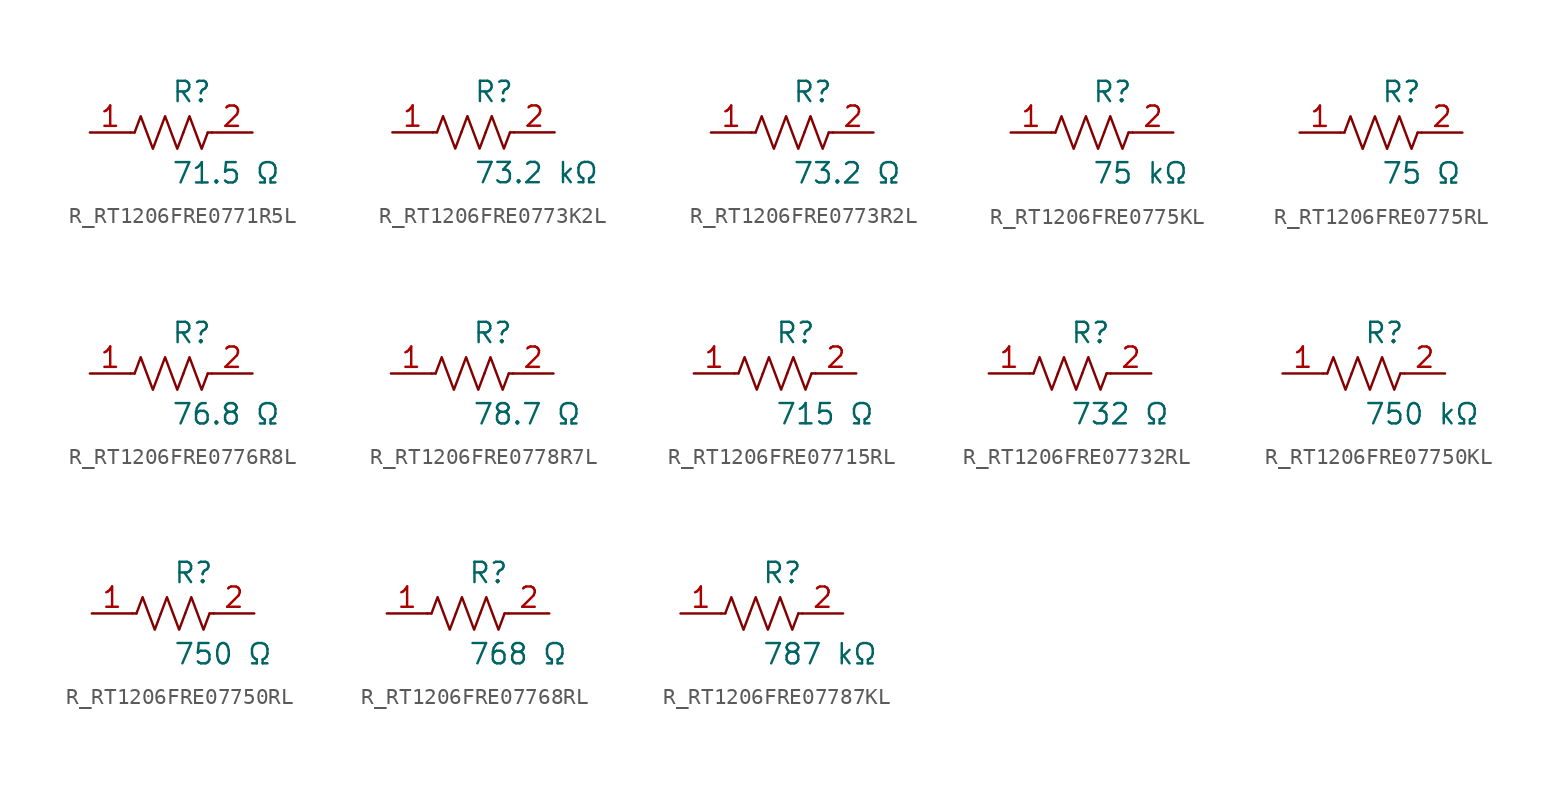
<source format=kicad_sym>
(kicad_symbol_lib
  (version 20231120)
  (generator kicad_symbol_editor)
  (generator_version 8.0)
  (symbol "R_RT1206FRE0771R5L"
    (pin_names
      (offset 0.254))
    (property "Reference" "R"
      (at 0 2.54 0)
      (effects (font (size 1.27 1.27)) (justify left)))
    (property "Value" "71.5 Ω"
      (at 0 -2.54 0)
      (effects (font (size 1.27 1.27)) (justify left)))
    (symbol "R_RT1206FRE0771R5L_0_1"
      (polyline (pts (xy 2.286 0) (xy 2.54 0)) (stroke (width 0) (type default)) (fill (type none)))
      (polyline (pts (xy -2.286 0) (xy -2.54 0)) (stroke (width 0) (type default)) (fill (type none)))
      (polyline (pts (xy 0.762 0) (xy 1.143 1.016) (xy 1.524 0) (xy 1.905 -1.016) (xy 2.286 0)) (stroke (width 0) (type default)) (fill (type none)))
      (polyline (pts (xy -0.762 0) (xy -0.381 1.016) (xy 0 0) (xy 0.381 -1.016) (xy 0.762 0)) (stroke (width 0) (type default)) (fill (type none)))
      (polyline (pts (xy -2.286 0) (xy -1.905 1.016) (xy -1.524 0) (xy -1.143 -1.016) (xy -0.762 0)) (stroke (width 0) (type default)) (fill (type none))))
    (pin unspecified line
      (at -5.08 0 0)
      (length 2.54)
      (name "" (effects (font (size 1.27 1.27))))
      (number "1" (effects (font (size 1.27 1.27)))))
    (pin unspecified line
      (at 5.08 0 180)
      (length 2.54)
      (name "" (effects (font (size 1.27 1.27))))
      (number "2" (effects (font (size 1.27 1.27))))))
  (symbol "R_RT1206FRE0773K2L"
    (pin_names
      (offset 0.254))
    (property "Reference" "R"
      (at 0 2.54 0)
      (effects (font (size 1.27 1.27)) (justify left)))
    (property "Value" "73.2 kΩ"
      (at 0 -2.54 0)
      (effects (font (size 1.27 1.27)) (justify left)))
    (symbol "R_RT1206FRE0773K2L_0_1"
      (polyline (pts (xy 2.286 0) (xy 2.54 0)) (stroke (width 0) (type default)) (fill (type none)))
      (polyline (pts (xy -2.286 0) (xy -2.54 0)) (stroke (width 0) (type default)) (fill (type none)))
      (polyline (pts (xy 0.762 0) (xy 1.143 1.016) (xy 1.524 0) (xy 1.905 -1.016) (xy 2.286 0)) (stroke (width 0) (type default)) (fill (type none)))
      (polyline (pts (xy -0.762 0) (xy -0.381 1.016) (xy 0 0) (xy 0.381 -1.016) (xy 0.762 0)) (stroke (width 0) (type default)) (fill (type none)))
      (polyline (pts (xy -2.286 0) (xy -1.905 1.016) (xy -1.524 0) (xy -1.143 -1.016) (xy -0.762 0)) (stroke (width 0) (type default)) (fill (type none))))
    (pin unspecified line
      (at -5.08 0 0)
      (length 2.54)
      (name "" (effects (font (size 1.27 1.27))))
      (number "1" (effects (font (size 1.27 1.27)))))
    (pin unspecified line
      (at 5.08 0 180)
      (length 2.54)
      (name "" (effects (font (size 1.27 1.27))))
      (number "2" (effects (font (size 1.27 1.27))))))
  (symbol "R_RT1206FRE0773R2L"
    (pin_names
      (offset 0.254))
    (property "Reference" "R"
      (at 0 2.54 0)
      (effects (font (size 1.27 1.27)) (justify left)))
    (property "Value" "73.2 Ω"
      (at 0 -2.54 0)
      (effects (font (size 1.27 1.27)) (justify left)))
    (symbol "R_RT1206FRE0773R2L_0_1"
      (polyline (pts (xy 2.286 0) (xy 2.54 0)) (stroke (width 0) (type default)) (fill (type none)))
      (polyline (pts (xy -2.286 0) (xy -2.54 0)) (stroke (width 0) (type default)) (fill (type none)))
      (polyline (pts (xy 0.762 0) (xy 1.143 1.016) (xy 1.524 0) (xy 1.905 -1.016) (xy 2.286 0)) (stroke (width 0) (type default)) (fill (type none)))
      (polyline (pts (xy -0.762 0) (xy -0.381 1.016) (xy 0 0) (xy 0.381 -1.016) (xy 0.762 0)) (stroke (width 0) (type default)) (fill (type none)))
      (polyline (pts (xy -2.286 0) (xy -1.905 1.016) (xy -1.524 0) (xy -1.143 -1.016) (xy -0.762 0)) (stroke (width 0) (type default)) (fill (type none))))
    (pin unspecified line
      (at -5.08 0 0)
      (length 2.54)
      (name "" (effects (font (size 1.27 1.27))))
      (number "1" (effects (font (size 1.27 1.27)))))
    (pin unspecified line
      (at 5.08 0 180)
      (length 2.54)
      (name "" (effects (font (size 1.27 1.27))))
      (number "2" (effects (font (size 1.27 1.27))))))
  (symbol "R_RT1206FRE0775KL"
    (pin_names
      (offset 0.254))
    (property "Reference" "R"
      (at 0 2.54 0)
      (effects (font (size 1.27 1.27)) (justify left)))
    (property "Value" "75 kΩ"
      (at 0 -2.54 0)
      (effects (font (size 1.27 1.27)) (justify left)))
    (symbol "R_RT1206FRE0775KL_0_1"
      (polyline (pts (xy 2.286 0) (xy 2.54 0)) (stroke (width 0) (type default)) (fill (type none)))
      (polyline (pts (xy -2.286 0) (xy -2.54 0)) (stroke (width 0) (type default)) (fill (type none)))
      (polyline (pts (xy 0.762 0) (xy 1.143 1.016) (xy 1.524 0) (xy 1.905 -1.016) (xy 2.286 0)) (stroke (width 0) (type default)) (fill (type none)))
      (polyline (pts (xy -0.762 0) (xy -0.381 1.016) (xy 0 0) (xy 0.381 -1.016) (xy 0.762 0)) (stroke (width 0) (type default)) (fill (type none)))
      (polyline (pts (xy -2.286 0) (xy -1.905 1.016) (xy -1.524 0) (xy -1.143 -1.016) (xy -0.762 0)) (stroke (width 0) (type default)) (fill (type none))))
    (pin unspecified line
      (at -5.08 0 0)
      (length 2.54)
      (name "" (effects (font (size 1.27 1.27))))
      (number "1" (effects (font (size 1.27 1.27)))))
    (pin unspecified line
      (at 5.08 0 180)
      (length 2.54)
      (name "" (effects (font (size 1.27 1.27))))
      (number "2" (effects (font (size 1.27 1.27))))))
  (symbol "R_RT1206FRE0775RL"
    (pin_names
      (offset 0.254))
    (property "Reference" "R"
      (at 0 2.54 0)
      (effects (font (size 1.27 1.27)) (justify left)))
    (property "Value" "75 Ω"
      (at 0 -2.54 0)
      (effects (font (size 1.27 1.27)) (justify left)))
    (symbol "R_RT1206FRE0775RL_0_1"
      (polyline (pts (xy 2.286 0) (xy 2.54 0)) (stroke (width 0) (type default)) (fill (type none)))
      (polyline (pts (xy -2.286 0) (xy -2.54 0)) (stroke (width 0) (type default)) (fill (type none)))
      (polyline (pts (xy 0.762 0) (xy 1.143 1.016) (xy 1.524 0) (xy 1.905 -1.016) (xy 2.286 0)) (stroke (width 0) (type default)) (fill (type none)))
      (polyline (pts (xy -0.762 0) (xy -0.381 1.016) (xy 0 0) (xy 0.381 -1.016) (xy 0.762 0)) (stroke (width 0) (type default)) (fill (type none)))
      (polyline (pts (xy -2.286 0) (xy -1.905 1.016) (xy -1.524 0) (xy -1.143 -1.016) (xy -0.762 0)) (stroke (width 0) (type default)) (fill (type none))))
    (pin unspecified line
      (at -5.08 0 0)
      (length 2.54)
      (name "" (effects (font (size 1.27 1.27))))
      (number "1" (effects (font (size 1.27 1.27)))))
    (pin unspecified line
      (at 5.08 0 180)
      (length 2.54)
      (name "" (effects (font (size 1.27 1.27))))
      (number "2" (effects (font (size 1.27 1.27))))))
  (symbol "R_RT1206FRE0776R8L"
    (pin_names
      (offset 0.254))
    (property "Reference" "R"
      (at 0 2.54 0)
      (effects (font (size 1.27 1.27)) (justify left)))
    (property "Value" "76.8 Ω"
      (at 0 -2.54 0)
      (effects (font (size 1.27 1.27)) (justify left)))
    (symbol "R_RT1206FRE0776R8L_0_1"
      (polyline (pts (xy 2.286 0) (xy 2.54 0)) (stroke (width 0) (type default)) (fill (type none)))
      (polyline (pts (xy -2.286 0) (xy -2.54 0)) (stroke (width 0) (type default)) (fill (type none)))
      (polyline (pts (xy 0.762 0) (xy 1.143 1.016) (xy 1.524 0) (xy 1.905 -1.016) (xy 2.286 0)) (stroke (width 0) (type default)) (fill (type none)))
      (polyline (pts (xy -0.762 0) (xy -0.381 1.016) (xy 0 0) (xy 0.381 -1.016) (xy 0.762 0)) (stroke (width 0) (type default)) (fill (type none)))
      (polyline (pts (xy -2.286 0) (xy -1.905 1.016) (xy -1.524 0) (xy -1.143 -1.016) (xy -0.762 0)) (stroke (width 0) (type default)) (fill (type none))))
    (pin unspecified line
      (at -5.08 0 0)
      (length 2.54)
      (name "" (effects (font (size 1.27 1.27))))
      (number "1" (effects (font (size 1.27 1.27)))))
    (pin unspecified line
      (at 5.08 0 180)
      (length 2.54)
      (name "" (effects (font (size 1.27 1.27))))
      (number "2" (effects (font (size 1.27 1.27))))))
  (symbol "R_RT1206FRE0778R7L"
    (pin_names
      (offset 0.254))
    (property "Reference" "R"
      (at 0 2.54 0)
      (effects (font (size 1.27 1.27)) (justify left)))
    (property "Value" "78.7 Ω"
      (at 0 -2.54 0)
      (effects (font (size 1.27 1.27)) (justify left)))
    (symbol "R_RT1206FRE0778R7L_0_1"
      (polyline (pts (xy 2.286 0) (xy 2.54 0)) (stroke (width 0) (type default)) (fill (type none)))
      (polyline (pts (xy -2.286 0) (xy -2.54 0)) (stroke (width 0) (type default)) (fill (type none)))
      (polyline (pts (xy 0.762 0) (xy 1.143 1.016) (xy 1.524 0) (xy 1.905 -1.016) (xy 2.286 0)) (stroke (width 0) (type default)) (fill (type none)))
      (polyline (pts (xy -0.762 0) (xy -0.381 1.016) (xy 0 0) (xy 0.381 -1.016) (xy 0.762 0)) (stroke (width 0) (type default)) (fill (type none)))
      (polyline (pts (xy -2.286 0) (xy -1.905 1.016) (xy -1.524 0) (xy -1.143 -1.016) (xy -0.762 0)) (stroke (width 0) (type default)) (fill (type none))))
    (pin unspecified line
      (at -5.08 0 0)
      (length 2.54)
      (name "" (effects (font (size 1.27 1.27))))
      (number "1" (effects (font (size 1.27 1.27)))))
    (pin unspecified line
      (at 5.08 0 180)
      (length 2.54)
      (name "" (effects (font (size 1.27 1.27))))
      (number "2" (effects (font (size 1.27 1.27))))))
  (symbol "R_RT1206FRE07715RL"
    (pin_names
      (offset 0.254))
    (property "Reference" "R"
      (at 0 2.54 0)
      (effects (font (size 1.27 1.27)) (justify left)))
    (property "Value" "715 Ω"
      (at 0 -2.54 0)
      (effects (font (size 1.27 1.27)) (justify left)))
    (symbol "R_RT1206FRE07715RL_0_1"
      (polyline (pts (xy 2.286 0) (xy 2.54 0)) (stroke (width 0) (type default)) (fill (type none)))
      (polyline (pts (xy -2.286 0) (xy -2.54 0)) (stroke (width 0) (type default)) (fill (type none)))
      (polyline (pts (xy 0.762 0) (xy 1.143 1.016) (xy 1.524 0) (xy 1.905 -1.016) (xy 2.286 0)) (stroke (width 0) (type default)) (fill (type none)))
      (polyline (pts (xy -0.762 0) (xy -0.381 1.016) (xy 0 0) (xy 0.381 -1.016) (xy 0.762 0)) (stroke (width 0) (type default)) (fill (type none)))
      (polyline (pts (xy -2.286 0) (xy -1.905 1.016) (xy -1.524 0) (xy -1.143 -1.016) (xy -0.762 0)) (stroke (width 0) (type default)) (fill (type none))))
    (pin unspecified line
      (at -5.08 0 0)
      (length 2.54)
      (name "" (effects (font (size 1.27 1.27))))
      (number "1" (effects (font (size 1.27 1.27)))))
    (pin unspecified line
      (at 5.08 0 180)
      (length 2.54)
      (name "" (effects (font (size 1.27 1.27))))
      (number "2" (effects (font (size 1.27 1.27))))))
  (symbol "R_RT1206FRE07732RL"
    (pin_names
      (offset 0.254))
    (property "Reference" "R"
      (at 0 2.54 0)
      (effects (font (size 1.27 1.27)) (justify left)))
    (property "Value" "732 Ω"
      (at 0 -2.54 0)
      (effects (font (size 1.27 1.27)) (justify left)))
    (symbol "R_RT1206FRE07732RL_0_1"
      (polyline (pts (xy 2.286 0) (xy 2.54 0)) (stroke (width 0) (type default)) (fill (type none)))
      (polyline (pts (xy -2.286 0) (xy -2.54 0)) (stroke (width 0) (type default)) (fill (type none)))
      (polyline (pts (xy 0.762 0) (xy 1.143 1.016) (xy 1.524 0) (xy 1.905 -1.016) (xy 2.286 0)) (stroke (width 0) (type default)) (fill (type none)))
      (polyline (pts (xy -0.762 0) (xy -0.381 1.016) (xy 0 0) (xy 0.381 -1.016) (xy 0.762 0)) (stroke (width 0) (type default)) (fill (type none)))
      (polyline (pts (xy -2.286 0) (xy -1.905 1.016) (xy -1.524 0) (xy -1.143 -1.016) (xy -0.762 0)) (stroke (width 0) (type default)) (fill (type none))))
    (pin unspecified line
      (at -5.08 0 0)
      (length 2.54)
      (name "" (effects (font (size 1.27 1.27))))
      (number "1" (effects (font (size 1.27 1.27)))))
    (pin unspecified line
      (at 5.08 0 180)
      (length 2.54)
      (name "" (effects (font (size 1.27 1.27))))
      (number "2" (effects (font (size 1.27 1.27))))))
  (symbol "R_RT1206FRE07750KL"
    (pin_names
      (offset 0.254))
    (property "Reference" "R"
      (at 0 2.54 0)
      (effects (font (size 1.27 1.27)) (justify left)))
    (property "Value" "750 kΩ"
      (at 0 -2.54 0)
      (effects (font (size 1.27 1.27)) (justify left)))
    (symbol "R_RT1206FRE07750KL_0_1"
      (polyline (pts (xy 2.286 0) (xy 2.54 0)) (stroke (width 0) (type default)) (fill (type none)))
      (polyline (pts (xy -2.286 0) (xy -2.54 0)) (stroke (width 0) (type default)) (fill (type none)))
      (polyline (pts (xy 0.762 0) (xy 1.143 1.016) (xy 1.524 0) (xy 1.905 -1.016) (xy 2.286 0)) (stroke (width 0) (type default)) (fill (type none)))
      (polyline (pts (xy -0.762 0) (xy -0.381 1.016) (xy 0 0) (xy 0.381 -1.016) (xy 0.762 0)) (stroke (width 0) (type default)) (fill (type none)))
      (polyline (pts (xy -2.286 0) (xy -1.905 1.016) (xy -1.524 0) (xy -1.143 -1.016) (xy -0.762 0)) (stroke (width 0) (type default)) (fill (type none))))
    (pin unspecified line
      (at -5.08 0 0)
      (length 2.54)
      (name "" (effects (font (size 1.27 1.27))))
      (number "1" (effects (font (size 1.27 1.27)))))
    (pin unspecified line
      (at 5.08 0 180)
      (length 2.54)
      (name "" (effects (font (size 1.27 1.27))))
      (number "2" (effects (font (size 1.27 1.27))))))
  (symbol "R_RT1206FRE07750RL"
    (pin_names
      (offset 0.254))
    (property "Reference" "R"
      (at 0 2.54 0)
      (effects (font (size 1.27 1.27)) (justify left)))
    (property "Value" "750 Ω"
      (at 0 -2.54 0)
      (effects (font (size 1.27 1.27)) (justify left)))
    (symbol "R_RT1206FRE07750RL_0_1"
      (polyline (pts (xy 2.286 0) (xy 2.54 0)) (stroke (width 0) (type default)) (fill (type none)))
      (polyline (pts (xy -2.286 0) (xy -2.54 0)) (stroke (width 0) (type default)) (fill (type none)))
      (polyline (pts (xy 0.762 0) (xy 1.143 1.016) (xy 1.524 0) (xy 1.905 -1.016) (xy 2.286 0)) (stroke (width 0) (type default)) (fill (type none)))
      (polyline (pts (xy -0.762 0) (xy -0.381 1.016) (xy 0 0) (xy 0.381 -1.016) (xy 0.762 0)) (stroke (width 0) (type default)) (fill (type none)))
      (polyline (pts (xy -2.286 0) (xy -1.905 1.016) (xy -1.524 0) (xy -1.143 -1.016) (xy -0.762 0)) (stroke (width 0) (type default)) (fill (type none))))
    (pin unspecified line
      (at -5.08 0 0)
      (length 2.54)
      (name "" (effects (font (size 1.27 1.27))))
      (number "1" (effects (font (size 1.27 1.27)))))
    (pin unspecified line
      (at 5.08 0 180)
      (length 2.54)
      (name "" (effects (font (size 1.27 1.27))))
      (number "2" (effects (font (size 1.27 1.27))))))
  (symbol "R_RT1206FRE07768RL"
    (pin_names
      (offset 0.254))
    (property "Reference" "R"
      (at 0 2.54 0)
      (effects (font (size 1.27 1.27)) (justify left)))
    (property "Value" "768 Ω"
      (at 0 -2.54 0)
      (effects (font (size 1.27 1.27)) (justify left)))
    (symbol "R_RT1206FRE07768RL_0_1"
      (polyline (pts (xy 2.286 0) (xy 2.54 0)) (stroke (width 0) (type default)) (fill (type none)))
      (polyline (pts (xy -2.286 0) (xy -2.54 0)) (stroke (width 0) (type default)) (fill (type none)))
      (polyline (pts (xy 0.762 0) (xy 1.143 1.016) (xy 1.524 0) (xy 1.905 -1.016) (xy 2.286 0)) (stroke (width 0) (type default)) (fill (type none)))
      (polyline (pts (xy -0.762 0) (xy -0.381 1.016) (xy 0 0) (xy 0.381 -1.016) (xy 0.762 0)) (stroke (width 0) (type default)) (fill (type none)))
      (polyline (pts (xy -2.286 0) (xy -1.905 1.016) (xy -1.524 0) (xy -1.143 -1.016) (xy -0.762 0)) (stroke (width 0) (type default)) (fill (type none))))
    (pin unspecified line
      (at -5.08 0 0)
      (length 2.54)
      (name "" (effects (font (size 1.27 1.27))))
      (number "1" (effects (font (size 1.27 1.27)))))
    (pin unspecified line
      (at 5.08 0 180)
      (length 2.54)
      (name "" (effects (font (size 1.27 1.27))))
      (number "2" (effects (font (size 1.27 1.27))))))
  (symbol "R_RT1206FRE07787KL"
    (pin_names
      (offset 0.254))
    (property "Reference" "R"
      (at 0 2.54 0)
      (effects (font (size 1.27 1.27)) (justify left)))
    (property "Value" "787 kΩ"
      (at 0 -2.54 0)
      (effects (font (size 1.27 1.27)) (justify left)))
    (symbol "R_RT1206FRE07787KL_0_1"
      (polyline (pts (xy 2.286 0) (xy 2.54 0)) (stroke (width 0) (type default)) (fill (type none)))
      (polyline (pts (xy -2.286 0) (xy -2.54 0)) (stroke (width 0) (type default)) (fill (type none)))
      (polyline (pts (xy 0.762 0) (xy 1.143 1.016) (xy 1.524 0) (xy 1.905 -1.016) (xy 2.286 0)) (stroke (width 0) (type default)) (fill (type none)))
      (polyline (pts (xy -0.762 0) (xy -0.381 1.016) (xy 0 0) (xy 0.381 -1.016) (xy 0.762 0)) (stroke (width 0) (type default)) (fill (type none)))
      (polyline (pts (xy -2.286 0) (xy -1.905 1.016) (xy -1.524 0) (xy -1.143 -1.016) (xy -0.762 0)) (stroke (width 0) (type default)) (fill (type none))))
    (pin unspecified line
      (at -5.08 0 0)
      (length 2.54)
      (name "" (effects (font (size 1.27 1.27))))
      (number "1" (effects (font (size 1.27 1.27)))))
    (pin unspecified line
      (at 5.08 0 180)
      (length 2.54)
      (name "" (effects (font (size 1.27 1.27))))
      (number "2" (effects (font (size 1.27 1.27)))))))
</source>
